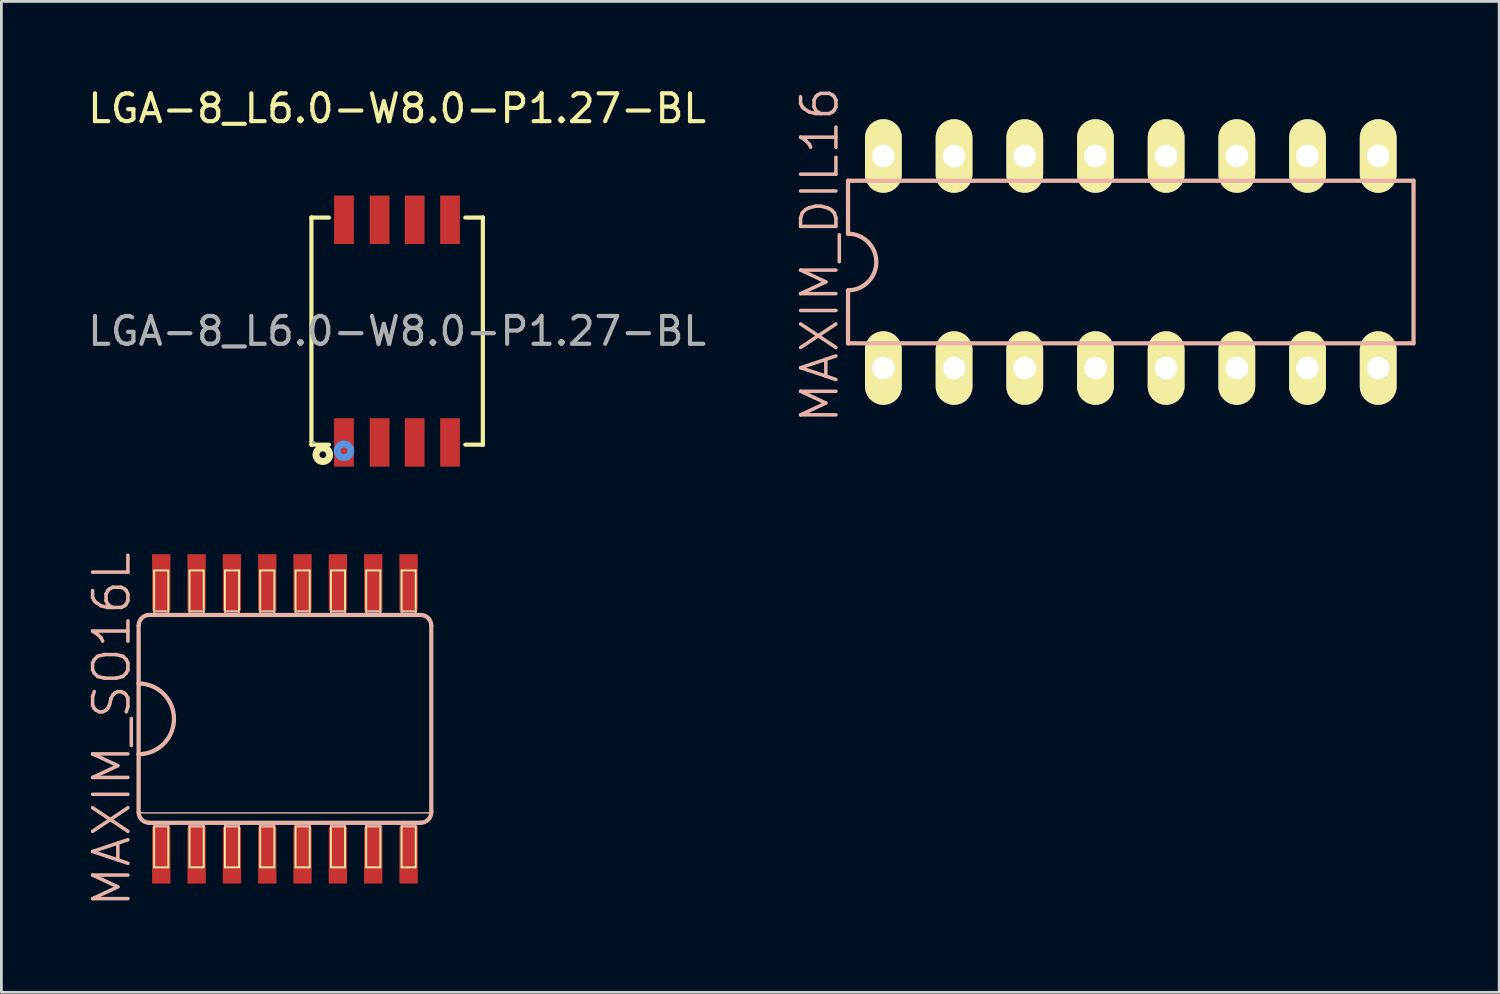
<source format=kicad_pcb>
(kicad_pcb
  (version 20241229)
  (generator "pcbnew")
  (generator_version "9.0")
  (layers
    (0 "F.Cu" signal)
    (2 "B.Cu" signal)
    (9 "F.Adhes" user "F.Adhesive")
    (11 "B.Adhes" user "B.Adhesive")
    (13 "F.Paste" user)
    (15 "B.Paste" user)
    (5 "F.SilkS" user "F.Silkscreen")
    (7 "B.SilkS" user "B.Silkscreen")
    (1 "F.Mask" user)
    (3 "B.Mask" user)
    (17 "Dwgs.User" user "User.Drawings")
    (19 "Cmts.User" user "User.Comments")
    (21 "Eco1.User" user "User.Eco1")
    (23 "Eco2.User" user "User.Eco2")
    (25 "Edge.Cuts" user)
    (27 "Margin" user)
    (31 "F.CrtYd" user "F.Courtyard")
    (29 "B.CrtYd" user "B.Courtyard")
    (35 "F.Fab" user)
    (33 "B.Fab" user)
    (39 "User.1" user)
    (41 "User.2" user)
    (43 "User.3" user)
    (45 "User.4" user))
  (footprint "LGA-8_L6.0-W8.0-P1.27-BL"
    (layer "F.Cu")
    (at 11.22 8.848)
    (property "Reference" "LGA-8_L6.0-W8.0-P1.27-BL" (at 0 -8 0) (layer "F.SilkS") (effects (font (size 1 1) (thickness 0.15))))
    (attr smd)
    (fp_line (start -3.08 -4.08) (end -3.08 -4.08) (stroke (width 0.15) (type solid)) (layer "F.SilkS"))
    (fp_line (start -3.08 -4.08) (end -2.45 -4.08) (stroke (width 0.15) (type solid)) (layer "F.SilkS"))
    (fp_line (start -3.08 4.08) (end -3.08 -4.08) (stroke (width 0.15) (type solid)) (layer "F.SilkS"))
    (fp_line (start -3.08 4.08) (end -3.08 4.08) (stroke (width 0.15) (type solid)) (layer "F.SilkS"))
    (fp_line (start -2.45 4.08) (end -3.08 4.08) (stroke (width 0.15) (type solid)) (layer "F.SilkS"))
    (fp_line (start 2.45 4.08) (end 3.08 4.08) (stroke (width 0.15) (type solid)) (layer "F.SilkS"))
    (fp_line (start 3.08 -4.08) (end 2.45 -4.08) (stroke (width 0.15) (type solid)) (layer "F.SilkS"))
    (fp_line (start 3.08 -4.08) (end 3.08 -4.08) (stroke (width 0.15) (type solid)) (layer "F.SilkS"))
    (fp_line (start 3.08 4.08) (end 3.08 -4.08) (stroke (width 0.15) (type solid)) (layer "F.SilkS"))
    (fp_line (start 3.08 4.08) (end 3.08 4.08) (stroke (width 0.15) (type solid)) (layer "F.SilkS"))
    (fp_circle (center -2.67 4.44) (end -2.55 4.44) (stroke (width 0.25) (type solid)) (fill no) (layer "F.SilkS"))
    (fp_circle (center -1.91 4.3) (end -1.79 4.3) (stroke (width 0.25) (type solid)) (fill no) (layer "Cmts.User"))
    (fp_circle (center -3 4) (end -2.97 4) (stroke (width 0.06) (type solid)) (fill no) (layer "F.Fab"))
    (fp_text user "${REFERENCE}" (at 0 0 0) (layer "F.Fab") (effects (font (size 1 1) (thickness 0.15))))
    (pad "1" smd rect (at -1.91 4) (size 0.71 1.74) (layers "F.Cu" "F.Mask" "F.Paste"))
    (pad "2" smd rect (at -0.63 4) (size 0.71 1.74) (layers "F.Cu" "F.Mask" "F.Paste"))
    (pad "3" smd rect (at 0.63 4) (size 0.71 1.74) (layers "F.Cu" "F.Mask" "F.Paste"))
    (pad "4" smd rect (at 1.9 4) (size 0.71 1.74) (layers "F.Cu" "F.Mask" "F.Paste"))
    (pad "5" smd rect (at 1.9 -4) (size 0.71 1.74) (layers "F.Cu" "F.Mask" "F.Paste"))
    (pad "6" smd rect (at 0.63 -4) (size 0.71 1.74) (layers "F.Cu" "F.Mask" "F.Paste"))
    (pad "7" smd rect (at -0.63 -4) (size 0.71 1.74) (layers "F.Cu" "F.Mask" "F.Paste"))
    (pad "8" smd rect (at -1.91 -4) (size 0.71 1.74) (layers "F.Cu" "F.Mask" "F.Paste")))
  (footprint "MAXIM_DIL16"
    (layer "F.Cu")
    (at 37.582 6.365)
    (property "Reference" "MAXIM_DIL16" (at -11.176 -0.254 90) (layer "B.SilkS") (effects (font (size 1.27 1.27) (thickness 0.127))))
    (attr exclude_from_pos_files exclude_from_bom)
    (fp_line (start -10.16 -2.921) (end -10.16 -1.016) (stroke (width 0.152) (type solid)) (layer "B.SilkS"))
    (fp_line (start -10.16 2.921) (end -10.16 1.016) (stroke (width 0.152) (type solid)) (layer "B.SilkS"))
    (fp_line (start -10.16 2.921) (end 10.16 2.921) (stroke (width 0.152) (type solid)) (layer "B.SilkS"))
    (fp_line (start 10.16 -2.921) (end -10.16 -2.921) (stroke (width 0.152) (type solid)) (layer "B.SilkS"))
    (fp_line (start 10.16 -2.921) (end 10.16 2.921) (stroke (width 0.152) (type solid)) (layer "B.SilkS"))
    (fp_arc (start -10.16 -1.016) (mid -9.144 0) (end -10.16 1.016) (stroke (width 0.1524) (type solid)) (layer "B.SilkS"))
    (pad "1" thru_hole oval (at -8.89 3.81 180) (size 1.321 2.642) (drill 0.813) (layers "*.Cu" "F.Mask" "F.SilkS" "F.Paste"))
    (pad "2" thru_hole oval (at -6.35 3.81 180) (size 1.321 2.642) (drill 0.813) (layers "*.Cu" "F.Mask" "F.SilkS" "F.Paste"))
    (pad "3" thru_hole oval (at -3.81 3.81 180) (size 1.321 2.642) (drill 0.813) (layers "*.Cu" "F.Mask" "F.SilkS" "F.Paste"))
    (pad "4" thru_hole oval (at -1.27 3.81 180) (size 1.321 2.642) (drill 0.813) (layers "*.Cu" "F.Mask" "F.SilkS" "F.Paste"))
    (pad "5" thru_hole oval (at 1.27 3.81 180) (size 1.321 2.642) (drill 0.813) (layers "*.Cu" "F.Mask" "F.SilkS" "F.Paste"))
    (pad "6" thru_hole oval (at 3.81 3.81 180) (size 1.321 2.642) (drill 0.813) (layers "*.Cu" "F.Mask" "F.SilkS" "F.Paste"))
    (pad "7" thru_hole oval (at 6.35 3.81 180) (size 1.321 2.642) (drill 0.813) (layers "*.Cu" "F.Mask" "F.SilkS" "F.Paste"))
    (pad "8" thru_hole oval (at 8.89 3.81 180) (size 1.321 2.642) (drill 0.813) (layers "*.Cu" "F.Mask" "F.SilkS" "F.Paste"))
    (pad "9" thru_hole oval (at 8.89 -3.81 180) (size 1.321 2.642) (drill 0.813) (layers "*.Cu" "F.Mask" "F.SilkS" "F.Paste"))
    (pad "10" thru_hole oval (at 6.35 -3.81 180) (size 1.321 2.642) (drill 0.813) (layers "*.Cu" "F.Mask" "F.SilkS" "F.Paste"))
    (pad "11" thru_hole oval (at 3.81 -3.81 180) (size 1.321 2.642) (drill 0.813) (layers "*.Cu" "F.Mask" "F.SilkS" "F.Paste"))
    (pad "12" thru_hole oval (at 1.27 -3.81 180) (size 1.321 2.642) (drill 0.813) (layers "*.Cu" "F.Mask" "F.SilkS" "F.Paste"))
    (pad "13" thru_hole oval (at -1.27 -3.81 180) (size 1.321 2.642) (drill 0.813) (layers "*.Cu" "F.Mask" "F.SilkS" "F.Paste"))
    (pad "14" thru_hole oval (at -3.81 -3.81 180) (size 1.321 2.642) (drill 0.813) (layers "*.Cu" "F.Mask" "F.SilkS" "F.Paste"))
    (pad "15" thru_hole oval (at -6.35 -3.81 180) (size 1.321 2.642) (drill 0.813) (layers "*.Cu" "F.Mask" "F.SilkS" "F.Paste"))
    (pad "16" thru_hole oval (at -8.89 -3.81 180) (size 1.321 2.642) (drill 0.813) (layers "*.Cu" "F.Mask" "F.SilkS" "F.Paste")))
  (footprint "MAXIM_SO16L"
    (layer "F.Cu")
    (at 7.189 22.781)
    (property "Reference" "MAXIM_SO16L" (at -6.223 0.381 90) (layer "B.SilkS") (effects (font (size 1.27 1.27) (thickness 0.127))))
    (attr smd)
    (fp_line (start -4.699 -5.334) (end -4.191 -5.334) (stroke (width 0.066) (type solid)) (layer "F.SilkS"))
    (fp_line (start -4.699 -3.861) (end -4.699 -5.334) (stroke (width 0.066) (type solid)) (layer "F.SilkS"))
    (fp_line (start -4.699 -3.861) (end -4.191 -3.861) (stroke (width 0.066) (type solid)) (layer "F.SilkS"))
    (fp_line (start -4.699 3.861) (end -4.191 3.861) (stroke (width 0.066) (type solid)) (layer "F.SilkS"))
    (fp_line (start -4.699 5.334) (end -4.699 3.861) (stroke (width 0.066) (type solid)) (layer "F.SilkS"))
    (fp_line (start -4.699 5.334) (end -4.191 5.334) (stroke (width 0.066) (type solid)) (layer "F.SilkS"))
    (fp_line (start -4.191 -3.861) (end -4.191 -5.334) (stroke (width 0.066) (type solid)) (layer "F.SilkS"))
    (fp_line (start -4.191 5.334) (end -4.191 3.861) (stroke (width 0.066) (type solid)) (layer "F.SilkS"))
    (fp_line (start -3.429 -5.334) (end -2.921 -5.334) (stroke (width 0.066) (type solid)) (layer "F.SilkS"))
    (fp_line (start -3.429 -3.861) (end -3.429 -5.334) (stroke (width 0.066) (type solid)) (layer "F.SilkS"))
    (fp_line (start -3.429 -3.861) (end -2.921 -3.861) (stroke (width 0.066) (type solid)) (layer "F.SilkS"))
    (fp_line (start -3.429 3.861) (end -2.921 3.861) (stroke (width 0.066) (type solid)) (layer "F.SilkS"))
    (fp_line (start -3.429 5.334) (end -3.429 3.861) (stroke (width 0.066) (type solid)) (layer "F.SilkS"))
    (fp_line (start -3.429 5.334) (end -2.921 5.334) (stroke (width 0.066) (type solid)) (layer "F.SilkS"))
    (fp_line (start -2.921 -3.861) (end -2.921 -5.334) (stroke (width 0.066) (type solid)) (layer "F.SilkS"))
    (fp_line (start -2.921 5.334) (end -2.921 3.861) (stroke (width 0.066) (type solid)) (layer "F.SilkS"))
    (fp_line (start -2.159 -5.334) (end -1.651 -5.334) (stroke (width 0.066) (type solid)) (layer "F.SilkS"))
    (fp_line (start -2.159 -3.861) (end -2.159 -5.334) (stroke (width 0.066) (type solid)) (layer "F.SilkS"))
    (fp_line (start -2.159 -3.861) (end -1.651 -3.861) (stroke (width 0.066) (type solid)) (layer "F.SilkS"))
    (fp_line (start -2.159 3.861) (end -1.651 3.861) (stroke (width 0.066) (type solid)) (layer "F.SilkS"))
    (fp_line (start -2.159 5.334) (end -2.159 3.861) (stroke (width 0.066) (type solid)) (layer "F.SilkS"))
    (fp_line (start -2.159 5.334) (end -1.651 5.334) (stroke (width 0.066) (type solid)) (layer "F.SilkS"))
    (fp_line (start -1.651 -3.861) (end -1.651 -5.334) (stroke (width 0.066) (type solid)) (layer "F.SilkS"))
    (fp_line (start -1.651 5.334) (end -1.651 3.861) (stroke (width 0.066) (type solid)) (layer "F.SilkS"))
    (fp_line (start -0.889 -5.334) (end -0.381 -5.334) (stroke (width 0.066) (type solid)) (layer "F.SilkS"))
    (fp_line (start -0.889 -3.861) (end -0.889 -5.334) (stroke (width 0.066) (type solid)) (layer "F.SilkS"))
    (fp_line (start -0.889 -3.861) (end -0.381 -3.861) (stroke (width 0.066) (type solid)) (layer "F.SilkS"))
    (fp_line (start -0.889 3.861) (end -0.381 3.861) (stroke (width 0.066) (type solid)) (layer "F.SilkS"))
    (fp_line (start -0.889 5.334) (end -0.889 3.861) (stroke (width 0.066) (type solid)) (layer "F.SilkS"))
    (fp_line (start -0.889 5.334) (end -0.381 5.334) (stroke (width 0.066) (type solid)) (layer "F.SilkS"))
    (fp_line (start -0.381 -3.861) (end -0.381 -5.334) (stroke (width 0.066) (type solid)) (layer "F.SilkS"))
    (fp_line (start -0.381 5.334) (end -0.381 3.861) (stroke (width 0.066) (type solid)) (layer "F.SilkS"))
    (fp_line (start 0.381 -5.334) (end 0.889 -5.334) (stroke (width 0.066) (type solid)) (layer "F.SilkS"))
    (fp_line (start 0.381 -3.861) (end 0.381 -5.334) (stroke (width 0.066) (type solid)) (layer "F.SilkS"))
    (fp_line (start 0.381 -3.861) (end 0.889 -3.861) (stroke (width 0.066) (type solid)) (layer "F.SilkS"))
    (fp_line (start 0.381 3.861) (end 0.889 3.861) (stroke (width 0.066) (type solid)) (layer "F.SilkS"))
    (fp_line (start 0.381 5.334) (end 0.381 3.861) (stroke (width 0.066) (type solid)) (layer "F.SilkS"))
    (fp_line (start 0.381 5.334) (end 0.889 5.334) (stroke (width 0.066) (type solid)) (layer "F.SilkS"))
    (fp_line (start 0.889 -3.861) (end 0.889 -5.334) (stroke (width 0.066) (type solid)) (layer "F.SilkS"))
    (fp_line (start 0.889 5.334) (end 0.889 3.861) (stroke (width 0.066) (type solid)) (layer "F.SilkS"))
    (fp_line (start 1.651 -5.334) (end 2.159 -5.334) (stroke (width 0.066) (type solid)) (layer "F.SilkS"))
    (fp_line (start 1.651 -3.861) (end 1.651 -5.334) (stroke (width 0.066) (type solid)) (layer "F.SilkS"))
    (fp_line (start 1.651 -3.861) (end 2.159 -3.861) (stroke (width 0.066) (type solid)) (layer "F.SilkS"))
    (fp_line (start 1.651 3.861) (end 2.159 3.861) (stroke (width 0.066) (type solid)) (layer "F.SilkS"))
    (fp_line (start 1.651 5.334) (end 1.651 3.861) (stroke (width 0.066) (type solid)) (layer "F.SilkS"))
    (fp_line (start 1.651 5.334) (end 2.159 5.334) (stroke (width 0.066) (type solid)) (layer "F.SilkS"))
    (fp_line (start 2.159 -3.861) (end 2.159 -5.334) (stroke (width 0.066) (type solid)) (layer "F.SilkS"))
    (fp_line (start 2.159 5.334) (end 2.159 3.861) (stroke (width 0.066) (type solid)) (layer "F.SilkS"))
    (fp_line (start 2.921 -5.334) (end 3.429 -5.334) (stroke (width 0.066) (type solid)) (layer "F.SilkS"))
    (fp_line (start 2.921 -3.861) (end 2.921 -5.334) (stroke (width 0.066) (type solid)) (layer "F.SilkS"))
    (fp_line (start 2.921 -3.861) (end 3.429 -3.861) (stroke (width 0.066) (type solid)) (layer "F.SilkS"))
    (fp_line (start 2.921 3.861) (end 3.429 3.861) (stroke (width 0.066) (type solid)) (layer "F.SilkS"))
    (fp_line (start 2.921 5.334) (end 2.921 3.861) (stroke (width 0.066) (type solid)) (layer "F.SilkS"))
    (fp_line (start 2.921 5.334) (end 3.429 5.334) (stroke (width 0.066) (type solid)) (layer "F.SilkS"))
    (fp_line (start 3.429 -3.861) (end 3.429 -5.334) (stroke (width 0.066) (type solid)) (layer "F.SilkS"))
    (fp_line (start 3.429 5.334) (end 3.429 3.861) (stroke (width 0.066) (type solid)) (layer "F.SilkS"))
    (fp_line (start 4.191 -5.334) (end 4.699 -5.334) (stroke (width 0.066) (type solid)) (layer "F.SilkS"))
    (fp_line (start 4.191 -3.861) (end 4.191 -5.334) (stroke (width 0.066) (type solid)) (layer "F.SilkS"))
    (fp_line (start 4.191 -3.861) (end 4.699 -3.861) (stroke (width 0.066) (type solid)) (layer "F.SilkS"))
    (fp_line (start 4.191 3.861) (end 4.699 3.861) (stroke (width 0.066) (type solid)) (layer "F.SilkS"))
    (fp_line (start 4.191 5.334) (end 4.191 3.861) (stroke (width 0.066) (type solid)) (layer "F.SilkS"))
    (fp_line (start 4.191 5.334) (end 4.699 5.334) (stroke (width 0.066) (type solid)) (layer "F.SilkS"))
    (fp_line (start 4.699 -3.861) (end 4.699 -5.334) (stroke (width 0.066) (type solid)) (layer "F.SilkS"))
    (fp_line (start 4.699 5.334) (end 4.699 3.861) (stroke (width 0.066) (type solid)) (layer "F.SilkS"))
    (fp_line (start -5.258 -3.353) (end -5.258 -1.27) (stroke (width 0.152) (type solid)) (layer "B.SilkS"))
    (fp_line (start -5.258 -1.27) (end -5.258 1.27) (stroke (width 0.152) (type solid)) (layer "B.SilkS"))
    (fp_line (start -5.258 1.27) (end -5.258 3.353) (stroke (width 0.152) (type solid)) (layer "B.SilkS"))
    (fp_line (start -5.207 3.378) (end 5.232 3.378) (stroke (width 0.051) (type solid)) (layer "B.SilkS"))
    (fp_line (start -4.877 3.734) (end 4.877 3.734) (stroke (width 0.152) (type solid)) (layer "B.SilkS"))
    (fp_line (start -4.699 -3.861) (end -4.191 -3.861) (stroke (width 0.066) (type solid)) (layer "B.SilkS"))
    (fp_line (start -4.699 -3.734) (end -4.699 -3.861) (stroke (width 0.066) (type solid)) (layer "B.SilkS"))
    (fp_line (start -4.699 -3.734) (end -4.191 -3.734) (stroke (width 0.066) (type solid)) (layer "B.SilkS"))
    (fp_line (start -4.699 3.734) (end -4.191 3.734) (stroke (width 0.066) (type solid)) (layer "B.SilkS"))
    (fp_line (start -4.699 3.861) (end -4.699 3.734) (stroke (width 0.066) (type solid)) (layer "B.SilkS"))
    (fp_line (start -4.699 3.861) (end -4.191 3.861) (stroke (width 0.066) (type solid)) (layer "B.SilkS"))
    (fp_line (start -4.191 -3.734) (end -4.191 -3.861) (stroke (width 0.066) (type solid)) (layer "B.SilkS"))
    (fp_line (start -4.191 3.861) (end -4.191 3.734) (stroke (width 0.066) (type solid)) (layer "B.SilkS"))
    (fp_line (start -3.429 -3.861) (end -2.921 -3.861) (stroke (width 0.066) (type solid)) (layer "B.SilkS"))
    (fp_line (start -3.429 -3.734) (end -3.429 -3.861) (stroke (width 0.066) (type solid)) (layer "B.SilkS"))
    (fp_line (start -3.429 -3.734) (end -2.921 -3.734) (stroke (width 0.066) (type solid)) (layer "B.SilkS"))
    (fp_line (start -3.429 3.734) (end -2.921 3.734) (stroke (width 0.066) (type solid)) (layer "B.SilkS"))
    (fp_line (start -3.429 3.861) (end -3.429 3.734) (stroke (width 0.066) (type solid)) (layer "B.SilkS"))
    (fp_line (start -3.429 3.861) (end -2.921 3.861) (stroke (width 0.066) (type solid)) (layer "B.SilkS"))
    (fp_line (start -2.921 -3.734) (end -2.921 -3.861) (stroke (width 0.066) (type solid)) (layer "B.SilkS"))
    (fp_line (start -2.921 3.861) (end -2.921 3.734) (stroke (width 0.066) (type solid)) (layer "B.SilkS"))
    (fp_line (start -2.159 -3.861) (end -1.651 -3.861) (stroke (width 0.066) (type solid)) (layer "B.SilkS"))
    (fp_line (start -2.159 -3.734) (end -2.159 -3.861) (stroke (width 0.066) (type solid)) (layer "B.SilkS"))
    (fp_line (start -2.159 -3.734) (end -1.651 -3.734) (stroke (width 0.066) (type solid)) (layer "B.SilkS"))
    (fp_line (start -2.159 3.734) (end -1.651 3.734) (stroke (width 0.066) (type solid)) (layer "B.SilkS"))
    (fp_line (start -2.159 3.861) (end -2.159 3.734) (stroke (width 0.066) (type solid)) (layer "B.SilkS"))
    (fp_line (start -2.159 3.861) (end -1.651 3.861) (stroke (width 0.066) (type solid)) (layer "B.SilkS"))
    (fp_line (start -1.651 -3.734) (end -1.651 -3.861) (stroke (width 0.066) (type solid)) (layer "B.SilkS"))
    (fp_line (start -1.651 3.861) (end -1.651 3.734) (stroke (width 0.066) (type solid)) (layer "B.SilkS"))
    (fp_line (start -0.889 -3.861) (end -0.381 -3.861) (stroke (width 0.066) (type solid)) (layer "B.SilkS"))
    (fp_line (start -0.889 -3.734) (end -0.889 -3.861) (stroke (width 0.066) (type solid)) (layer "B.SilkS"))
    (fp_line (start -0.889 -3.734) (end -0.381 -3.734) (stroke (width 0.066) (type solid)) (layer "B.SilkS"))
    (fp_line (start -0.889 3.734) (end -0.381 3.734) (stroke (width 0.066) (type solid)) (layer "B.SilkS"))
    (fp_line (start -0.889 3.861) (end -0.889 3.734) (stroke (width 0.066) (type solid)) (layer "B.SilkS"))
    (fp_line (start -0.889 3.861) (end -0.381 3.861) (stroke (width 0.066) (type solid)) (layer "B.SilkS"))
    (fp_line (start -0.381 -3.734) (end -0.381 -3.861) (stroke (width 0.066) (type solid)) (layer "B.SilkS"))
    (fp_line (start -0.381 3.861) (end -0.381 3.734) (stroke (width 0.066) (type solid)) (layer "B.SilkS"))
    (fp_line (start 0.381 -3.861) (end 0.889 -3.861) (stroke (width 0.066) (type solid)) (layer "B.SilkS"))
    (fp_line (start 0.381 -3.734) (end 0.381 -3.861) (stroke (width 0.066) (type solid)) (layer "B.SilkS"))
    (fp_line (start 0.381 -3.734) (end 0.889 -3.734) (stroke (width 0.066) (type solid)) (layer "B.SilkS"))
    (fp_line (start 0.381 3.734) (end 0.889 3.734) (stroke (width 0.066) (type solid)) (layer "B.SilkS"))
    (fp_line (start 0.381 3.861) (end 0.381 3.734) (stroke (width 0.066) (type solid)) (layer "B.SilkS"))
    (fp_line (start 0.381 3.861) (end 0.889 3.861) (stroke (width 0.066) (type solid)) (layer "B.SilkS"))
    (fp_line (start 0.889 -3.734) (end 0.889 -3.861) (stroke (width 0.066) (type solid)) (layer "B.SilkS"))
    (fp_line (start 0.889 3.861) (end 0.889 3.734) (stroke (width 0.066) (type solid)) (layer "B.SilkS"))
    (fp_line (start 1.651 -3.861) (end 2.159 -3.861) (stroke (width 0.066) (type solid)) (layer "B.SilkS"))
    (fp_line (start 1.651 -3.734) (end 1.651 -3.861) (stroke (width 0.066) (type solid)) (layer "B.SilkS"))
    (fp_line (start 1.651 -3.734) (end 2.159 -3.734) (stroke (width 0.066) (type solid)) (layer "B.SilkS"))
    (fp_line (start 1.651 3.734) (end 2.159 3.734) (stroke (width 0.066) (type solid)) (layer "B.SilkS"))
    (fp_line (start 1.651 3.861) (end 1.651 3.734) (stroke (width 0.066) (type solid)) (layer "B.SilkS"))
    (fp_line (start 1.651 3.861) (end 2.159 3.861) (stroke (width 0.066) (type solid)) (layer "B.SilkS"))
    (fp_line (start 2.159 -3.734) (end 2.159 -3.861) (stroke (width 0.066) (type solid)) (layer "B.SilkS"))
    (fp_line (start 2.159 3.861) (end 2.159 3.734) (stroke (width 0.066) (type solid)) (layer "B.SilkS"))
    (fp_line (start 2.921 -3.861) (end 3.429 -3.861) (stroke (width 0.066) (type solid)) (layer "B.SilkS"))
    (fp_line (start 2.921 -3.734) (end 2.921 -3.861) (stroke (width 0.066) (type solid)) (layer "B.SilkS"))
    (fp_line (start 2.921 -3.734) (end 3.429 -3.734) (stroke (width 0.066) (type solid)) (layer "B.SilkS"))
    (fp_line (start 2.921 3.734) (end 3.429 3.734) (stroke (width 0.066) (type solid)) (layer "B.SilkS"))
    (fp_line (start 2.921 3.861) (end 2.921 3.734) (stroke (width 0.066) (type solid)) (layer "B.SilkS"))
    (fp_line (start 2.921 3.861) (end 3.429 3.861) (stroke (width 0.066) (type solid)) (layer "B.SilkS"))
    (fp_line (start 3.429 -3.734) (end 3.429 -3.861) (stroke (width 0.066) (type solid)) (layer "B.SilkS"))
    (fp_line (start 3.429 3.861) (end 3.429 3.734) (stroke (width 0.066) (type solid)) (layer "B.SilkS"))
    (fp_line (start 4.191 -3.861) (end 4.699 -3.861) (stroke (width 0.066) (type solid)) (layer "B.SilkS"))
    (fp_line (start 4.191 -3.734) (end 4.191 -3.861) (stroke (width 0.066) (type solid)) (layer "B.SilkS"))
    (fp_line (start 4.191 -3.734) (end 4.699 -3.734) (stroke (width 0.066) (type solid)) (layer "B.SilkS"))
    (fp_line (start 4.191 3.734) (end 4.699 3.734) (stroke (width 0.066) (type solid)) (layer "B.SilkS"))
    (fp_line (start 4.191 3.861) (end 4.191 3.734) (stroke (width 0.066) (type solid)) (layer "B.SilkS"))
    (fp_line (start 4.191 3.861) (end 4.699 3.861) (stroke (width 0.066) (type solid)) (layer "B.SilkS"))
    (fp_line (start 4.699 -3.734) (end 4.699 -3.861) (stroke (width 0.066) (type solid)) (layer "B.SilkS"))
    (fp_line (start 4.699 3.861) (end 4.699 3.734) (stroke (width 0.066) (type solid)) (layer "B.SilkS"))
    (fp_line (start 4.877 -3.734) (end -4.877 -3.734) (stroke (width 0.152) (type solid)) (layer "B.SilkS"))
    (fp_line (start 5.258 3.353) (end 5.258 -3.353) (stroke (width 0.152) (type solid)) (layer "B.SilkS"))
    (fp_arc (start -5.2578 -3.3528) (mid -5.146208 -3.622208) (end -4.8768 -3.7338) (stroke (width 0.1524) (type solid)) (layer "B.SilkS"))
    (fp_arc (start -5.2578 -1.27) (mid -3.9878 0) (end -5.2578 1.27) (stroke (width 0.1524) (type solid)) (layer "B.SilkS"))
    (fp_arc (start -4.8768 3.7338) (mid -5.146208 3.622208) (end -5.2578 3.3528) (stroke (width 0.1524) (type solid)) (layer "B.SilkS"))
    (fp_arc (start 4.8768 -3.7338) (mid 5.146208 -3.622208) (end 5.2578 -3.3528) (stroke (width 0.1524) (type solid)) (layer "B.SilkS"))
    (fp_arc (start 5.2578 3.3528) (mid 5.146208 3.622208) (end 4.8768 3.7338) (stroke (width 0.1524) (type solid)) (layer "B.SilkS"))
    (pad "1" smd rect (at -4.445 4.902) (size 0.66 2.032) (layers "F.Cu" "F.Mask" "F.Paste"))
    (pad "2" smd rect (at -3.175 4.902) (size 0.66 2.032) (layers "F.Cu" "F.Mask" "F.Paste"))
    (pad "3" smd rect (at -1.905 4.902) (size 0.66 2.032) (layers "F.Cu" "F.Mask" "F.Paste"))
    (pad "4" smd rect (at -0.635 4.902) (size 0.66 2.032) (layers "F.Cu" "F.Mask" "F.Paste"))
    (pad "5" smd rect (at 0.632 4.902) (size 0.66 2.032) (layers "F.Cu" "F.Mask" "F.Paste"))
    (pad "6" smd rect (at 1.902 4.902) (size 0.66 2.032) (layers "F.Cu" "F.Mask" "F.Paste"))
    (pad "7" smd rect (at 3.172 4.902) (size 0.66 2.032) (layers "F.Cu" "F.Mask" "F.Paste"))
    (pad "8" smd rect (at 4.442 4.902) (size 0.66 2.032) (layers "F.Cu" "F.Mask" "F.Paste"))
    (pad "9" smd rect (at 4.442 -4.9) (size 0.66 2.032) (layers "F.Cu" "F.Mask" "F.Paste"))
    (pad "10" smd rect (at 3.172 -4.9) (size 0.66 2.032) (layers "F.Cu" "F.Mask" "F.Paste"))
    (pad "11" smd rect (at 1.902 -4.9) (size 0.66 2.032) (layers "F.Cu" "F.Mask" "F.Paste"))
    (pad "12" smd rect (at 0.632 -4.9) (size 0.66 2.032) (layers "F.Cu" "F.Mask" "F.Paste"))
    (pad "13" smd rect (at -0.635 -4.9) (size 0.66 2.032) (layers "F.Cu" "F.Mask" "F.Paste"))
    (pad "14" smd rect (at -1.905 -4.9) (size 0.66 2.032) (layers "F.Cu" "F.Mask" "F.Paste"))
    (pad "15" smd rect (at -3.175 -4.9) (size 0.66 2.032) (layers "F.Cu" "F.Mask" "F.Paste"))
    (pad "16" smd rect (at -4.445 -4.9) (size 0.66 2.032) (layers "F.Cu" "F.Mask" "F.Paste")))
  (gr_rect
    (start -3 -3)
    (end 50.819 32.606)
    (stroke (width 0.1) (type default))
    (fill no)
    (layer "Edge.Cuts")))
</source>
